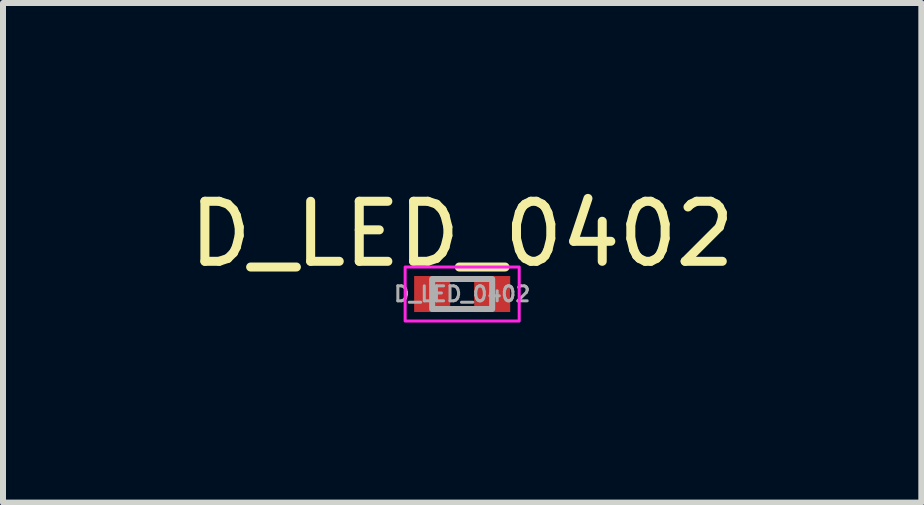
<source format=kicad_pcb>
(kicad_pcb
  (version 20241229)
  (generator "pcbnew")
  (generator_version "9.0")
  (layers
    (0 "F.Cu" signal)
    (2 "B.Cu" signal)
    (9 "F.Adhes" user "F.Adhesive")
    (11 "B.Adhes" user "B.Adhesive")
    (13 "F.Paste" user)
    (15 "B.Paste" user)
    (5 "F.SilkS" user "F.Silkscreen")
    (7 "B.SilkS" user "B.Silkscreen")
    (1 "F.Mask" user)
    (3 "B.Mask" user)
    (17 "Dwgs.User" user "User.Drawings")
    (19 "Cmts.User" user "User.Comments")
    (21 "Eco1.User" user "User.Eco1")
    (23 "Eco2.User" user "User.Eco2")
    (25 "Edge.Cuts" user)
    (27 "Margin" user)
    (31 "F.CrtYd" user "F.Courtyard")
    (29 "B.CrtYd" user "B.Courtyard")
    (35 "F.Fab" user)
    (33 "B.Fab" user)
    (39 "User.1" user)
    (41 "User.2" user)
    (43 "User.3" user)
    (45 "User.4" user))
  (footprint "D_LED_0402"
    (layer "F.Cu")
    (at 4.649 1.848)
    (property "Reference" "D_LED_0402" (at 0 -1 0) (unlocked yes) (layer "F.SilkS") (effects (font (size 1 1) (thickness 0.15))))
    (attr smd)
    (fp_rect (start -0.95 -0.45) (end 0.95 0.45) (stroke (width 0.05) (type default)) (fill no) (layer "F.CrtYd"))
    (fp_rect (start -0.5 -0.25) (end 0.5 0.25) (stroke (width 0.1) (type default)) (fill no) (layer "F.Fab"))
    (fp_text user "${REFERENCE}" (at 0 0 0) (layer "F.Fab") (effects (font (size 0.25 0.25) (thickness 0.05) (bold yes))))
    (pad "1" smd rect (at -0.5 0) (size 0.6 0.6) (layers "F.Cu" "F.Mask" "F.Paste"))
    (pad "2" smd rect (at 0.5 0) (size 0.6 0.6) (layers "F.Cu" "F.Mask" "F.Paste")))
  (gr_rect
    (start -3 -3)
    (end 12.298 5.323)
    (stroke (width 0.1) (type default))
    (fill no)
    (layer "Edge.Cuts")))
</source>
